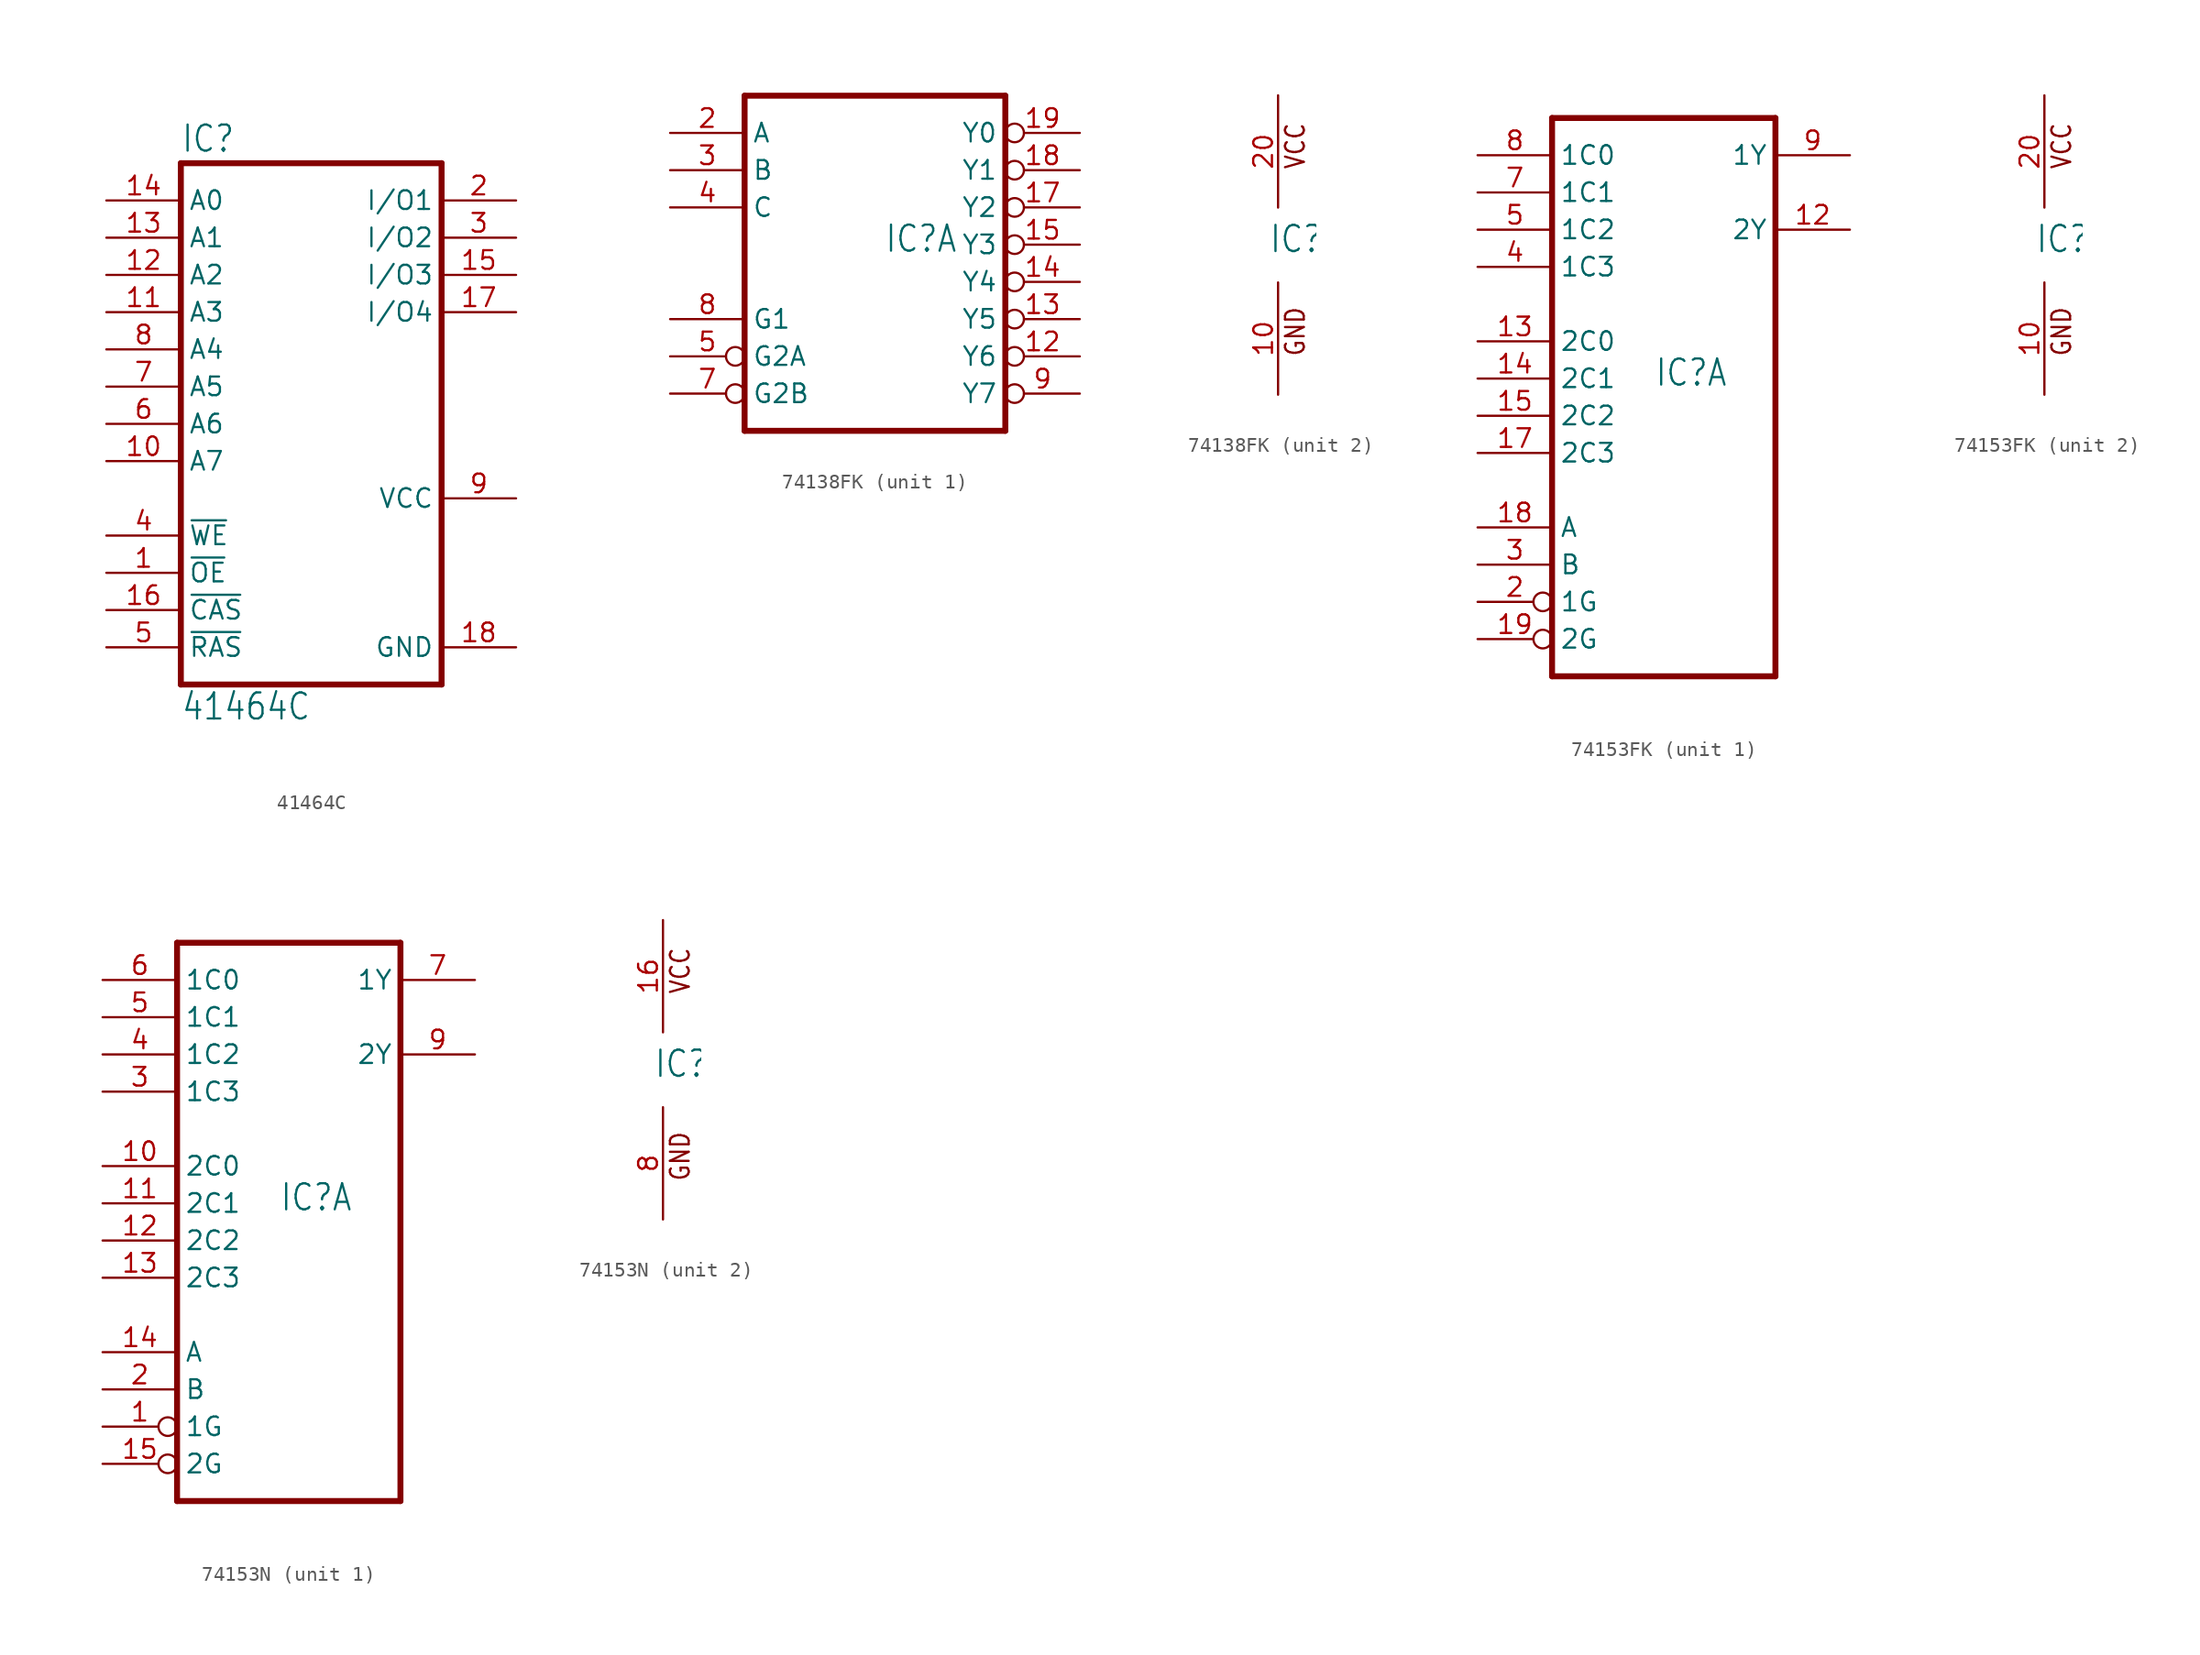
<source format=kicad_sym>
(kicad_symbol_lib
  (version 20220914)
  (generator kicad_symbol_editor)
  (symbol "41464C"
    (property "Reference" "IC"
      (at -7.62 15.875 0)
      (effects (font (size 1.778 1.511)) (justify left bottom)))
    (property "Value" "41464C"
      (at -7.62 -22.86 0)
      (effects (font (size 1.778 1.511)) (justify left bottom)))
    (property "ki_locked" ""
      (at 0 0 0)
      (effects (font (size 1.27 1.27))))
    (symbol "41464C_1_0"
      (polyline (pts (xy -7.62 -20.32) (xy -7.62 15.24)) (stroke (width 0.406) (type default)) (fill (type none)))
      (polyline (pts (xy -7.62 -20.32) (xy 10.16 -20.32)) (stroke (width 0.406) (type default)) (fill (type none)))
      (polyline (pts (xy 10.16 15.24) (xy -7.62 15.24)) (stroke (width 0.406) (type default)) (fill (type none)))
      (polyline (pts (xy 10.16 15.24) (xy 10.16 -20.32)) (stroke (width 0.406) (type default)) (fill (type none)))
      (pin input line (at -12.7 -12.7 0) (length 5.08) (name "~{OE}" (effects (font (size 1.27 1.27)))) (number "1" (effects (font (size 1.27 1.27)))))
      (pin input line (at -12.7 -5.08 0) (length 5.08) (name "A7" (effects (font (size 1.27 1.27)))) (number "10" (effects (font (size 1.27 1.27)))))
      (pin input line (at -12.7 5.08 0) (length 5.08) (name "A3" (effects (font (size 1.27 1.27)))) (number "11" (effects (font (size 1.27 1.27)))))
      (pin input line (at -12.7 7.62 0) (length 5.08) (name "A2" (effects (font (size 1.27 1.27)))) (number "12" (effects (font (size 1.27 1.27)))))
      (pin input line (at -12.7 10.16 0) (length 5.08) (name "A1" (effects (font (size 1.27 1.27)))) (number "13" (effects (font (size 1.27 1.27)))))
      (pin input line (at -12.7 12.7 0) (length 5.08) (name "A0" (effects (font (size 1.27 1.27)))) (number "14" (effects (font (size 1.27 1.27)))))
      (pin bidirectional line (at 15.24 7.62 180) (length 5.08) (name "I/O3" (effects (font (size 1.27 1.27)))) (number "15" (effects (font (size 1.27 1.27)))))
      (pin input line (at -12.7 -15.24 0) (length 5.08) (name "~{CAS}" (effects (font (size 1.27 1.27)))) (number "16" (effects (font (size 1.27 1.27)))))
      (pin bidirectional line (at 15.24 5.08 180) (length 5.08) (name "I/O4" (effects (font (size 1.27 1.27)))) (number "17" (effects (font (size 1.27 1.27)))))
      (pin power_in line (at 15.24 -17.78 180) (length 5.08) (name "GND" (effects (font (size 1.27 1.27)))) (number "18" (effects (font (size 1.27 1.27)))))
      (pin bidirectional line (at 15.24 12.7 180) (length 5.08) (name "I/O1" (effects (font (size 1.27 1.27)))) (number "2" (effects (font (size 1.27 1.27)))))
      (pin bidirectional line (at 15.24 10.16 180) (length 5.08) (name "I/O2" (effects (font (size 1.27 1.27)))) (number "3" (effects (font (size 1.27 1.27)))))
      (pin input line (at -12.7 -10.16 0) (length 5.08) (name "~{WE}" (effects (font (size 1.27 1.27)))) (number "4" (effects (font (size 1.27 1.27)))))
      (pin input line (at -12.7 -17.78 0) (length 5.08) (name "~{RAS}" (effects (font (size 1.27 1.27)))) (number "5" (effects (font (size 1.27 1.27)))))
      (pin input line (at -12.7 -2.54 0) (length 5.08) (name "A6" (effects (font (size 1.27 1.27)))) (number "6" (effects (font (size 1.27 1.27)))))
      (pin input line (at -12.7 0 0) (length 5.08) (name "A5" (effects (font (size 1.27 1.27)))) (number "7" (effects (font (size 1.27 1.27)))))
      (pin input line (at -12.7 2.54 0) (length 5.08) (name "A4" (effects (font (size 1.27 1.27)))) (number "8" (effects (font (size 1.27 1.27)))))
      (pin power_in line (at 15.24 -7.62 180) (length 5.08) (name "VCC" (effects (font (size 1.27 1.27)))) (number "9" (effects (font (size 1.27 1.27)))))))
  (symbol "74138FK"
    (property "Reference" "IC"
      (at -0.635 -0.635 0)
      (effects (font (size 1.778 1.511)) (justify left bottom)))
    (property "ki_locked" ""
      (at 0 0 0)
      (effects (font (size 1.27 1.27))))
    (symbol "74138FK_1_0"
      (polyline (pts (xy -10.16 -12.7) (xy 7.62 -12.7)) (stroke (width 0.406) (type default)) (fill (type none)))
      (polyline (pts (xy -10.16 10.16) (xy -10.16 -12.7)) (stroke (width 0.406) (type default)) (fill (type none)))
      (polyline (pts (xy 7.62 -12.7) (xy 7.62 10.16)) (stroke (width 0.406) (type default)) (fill (type none)))
      (polyline (pts (xy 7.62 10.16) (xy -10.16 10.16)) (stroke (width 0.406) (type default)) (fill (type none)))
      (pin output inverted (at 12.7 -7.62 180) (length 5.08) (name "Y6" (effects (font (size 1.27 1.27)))) (number "12" (effects (font (size 1.27 1.27)))))
      (pin output inverted (at 12.7 -5.08 180) (length 5.08) (name "Y5" (effects (font (size 1.27 1.27)))) (number "13" (effects (font (size 1.27 1.27)))))
      (pin output inverted (at 12.7 -2.54 180) (length 5.08) (name "Y4" (effects (font (size 1.27 1.27)))) (number "14" (effects (font (size 1.27 1.27)))))
      (pin output inverted (at 12.7 0 180) (length 5.08) (name "Y3" (effects (font (size 1.27 1.27)))) (number "15" (effects (font (size 1.27 1.27)))))
      (pin output inverted (at 12.7 2.54 180) (length 5.08) (name "Y2" (effects (font (size 1.27 1.27)))) (number "17" (effects (font (size 1.27 1.27)))))
      (pin output inverted (at 12.7 5.08 180) (length 5.08) (name "Y1" (effects (font (size 1.27 1.27)))) (number "18" (effects (font (size 1.27 1.27)))))
      (pin output inverted (at 12.7 7.62 180) (length 5.08) (name "Y0" (effects (font (size 1.27 1.27)))) (number "19" (effects (font (size 1.27 1.27)))))
      (pin input line (at -15.24 7.62 0) (length 5.08) (name "A" (effects (font (size 1.27 1.27)))) (number "2" (effects (font (size 1.27 1.27)))))
      (pin input line (at -15.24 5.08 0) (length 5.08) (name "B" (effects (font (size 1.27 1.27)))) (number "3" (effects (font (size 1.27 1.27)))))
      (pin input line (at -15.24 2.54 0) (length 5.08) (name "C" (effects (font (size 1.27 1.27)))) (number "4" (effects (font (size 1.27 1.27)))))
      (pin input inverted (at -15.24 -7.62 0) (length 5.08) (name "G2A" (effects (font (size 1.27 1.27)))) (number "5" (effects (font (size 1.27 1.27)))))
      (pin input inverted (at -15.24 -10.16 0) (length 5.08) (name "G2B" (effects (font (size 1.27 1.27)))) (number "7" (effects (font (size 1.27 1.27)))))
      (pin input line (at -15.24 -5.08 0) (length 5.08) (name "G1" (effects (font (size 1.27 1.27)))) (number "8" (effects (font (size 1.27 1.27)))))
      (pin output inverted (at 12.7 -10.16 180) (length 5.08) (name "Y7" (effects (font (size 1.27 1.27)))) (number "9" (effects (font (size 1.27 1.27))))))
    (symbol "74138FK_2_0"
      (text "GND" (at 1.905 -7.62 900) (effects (font (size 1.27 1.079)) (justify left bottom)))
      (text "VCC" (at 1.905 5.08 900) (effects (font (size 1.27 1.079)) (justify left bottom)))
      (pin power_in line (at 0 -10.16 90) (length 7.62) (name "GND" (effects (font (size 0 0)))) (number "10" (effects (font (size 1.27 1.27)))))
      (pin power_in line (at 0 10.16 270) (length 7.62) (name "VCC" (effects (font (size 0 0)))) (number "20" (effects (font (size 1.27 1.27)))))))
  (symbol "74153FK"
    (property "Reference" "IC"
      (at -0.635 -0.635 0)
      (effects (font (size 1.778 1.511)) (justify left bottom)))
    (property "ki_locked" ""
      (at 0 0 0)
      (effects (font (size 1.27 1.27))))
    (symbol "74153FK_1_0"
      (polyline (pts (xy -7.62 -20.32) (xy 7.62 -20.32)) (stroke (width 0.406) (type default)) (fill (type none)))
      (polyline (pts (xy -7.62 17.78) (xy -7.62 -20.32)) (stroke (width 0.406) (type default)) (fill (type none)))
      (polyline (pts (xy 7.62 -20.32) (xy 7.62 17.78)) (stroke (width 0.406) (type default)) (fill (type none)))
      (polyline (pts (xy 7.62 17.78) (xy -7.62 17.78)) (stroke (width 0.406) (type default)) (fill (type none)))
      (pin output line (at 12.7 10.16 180) (length 5.08) (name "2Y" (effects (font (size 1.27 1.27)))) (number "12" (effects (font (size 1.27 1.27)))))
      (pin input line (at -12.7 2.54 0) (length 5.08) (name "2C0" (effects (font (size 1.27 1.27)))) (number "13" (effects (font (size 1.27 1.27)))))
      (pin input line (at -12.7 0 0) (length 5.08) (name "2C1" (effects (font (size 1.27 1.27)))) (number "14" (effects (font (size 1.27 1.27)))))
      (pin input line (at -12.7 -2.54 0) (length 5.08) (name "2C2" (effects (font (size 1.27 1.27)))) (number "15" (effects (font (size 1.27 1.27)))))
      (pin input line (at -12.7 -5.08 0) (length 5.08) (name "2C3" (effects (font (size 1.27 1.27)))) (number "17" (effects (font (size 1.27 1.27)))))
      (pin input line (at -12.7 -10.16 0) (length 5.08) (name "A" (effects (font (size 1.27 1.27)))) (number "18" (effects (font (size 1.27 1.27)))))
      (pin input inverted (at -12.7 -17.78 0) (length 5.08) (name "2G" (effects (font (size 1.27 1.27)))) (number "19" (effects (font (size 1.27 1.27)))))
      (pin input inverted (at -12.7 -15.24 0) (length 5.08) (name "1G" (effects (font (size 1.27 1.27)))) (number "2" (effects (font (size 1.27 1.27)))))
      (pin input line (at -12.7 -12.7 0) (length 5.08) (name "B" (effects (font (size 1.27 1.27)))) (number "3" (effects (font (size 1.27 1.27)))))
      (pin input line (at -12.7 7.62 0) (length 5.08) (name "1C3" (effects (font (size 1.27 1.27)))) (number "4" (effects (font (size 1.27 1.27)))))
      (pin input line (at -12.7 10.16 0) (length 5.08) (name "1C2" (effects (font (size 1.27 1.27)))) (number "5" (effects (font (size 1.27 1.27)))))
      (pin input line (at -12.7 12.7 0) (length 5.08) (name "1C1" (effects (font (size 1.27 1.27)))) (number "7" (effects (font (size 1.27 1.27)))))
      (pin input line (at -12.7 15.24 0) (length 5.08) (name "1C0" (effects (font (size 1.27 1.27)))) (number "8" (effects (font (size 1.27 1.27)))))
      (pin output line (at 12.7 15.24 180) (length 5.08) (name "1Y" (effects (font (size 1.27 1.27)))) (number "9" (effects (font (size 1.27 1.27))))))
    (symbol "74153FK_2_0"
      (text "GND" (at 1.905 -7.62 900) (effects (font (size 1.27 1.079)) (justify left bottom)))
      (text "VCC" (at 1.905 5.08 900) (effects (font (size 1.27 1.079)) (justify left bottom)))
      (pin power_in line (at 0 -10.16 90) (length 7.62) (name "GND" (effects (font (size 0 0)))) (number "10" (effects (font (size 1.27 1.27)))))
      (pin power_in line (at 0 10.16 270) (length 7.62) (name "VCC" (effects (font (size 0 0)))) (number "20" (effects (font (size 1.27 1.27)))))))
  (symbol "74153N"
    (property "Reference" "IC"
      (at -0.635 -0.635 0)
      (effects (font (size 1.778 1.511)) (justify left bottom)))
    (property "ki_locked" ""
      (at 0 0 0)
      (effects (font (size 1.27 1.27))))
    (symbol "74153N_1_0"
      (polyline (pts (xy -7.62 -20.32) (xy 7.62 -20.32)) (stroke (width 0.406) (type default)) (fill (type none)))
      (polyline (pts (xy -7.62 17.78) (xy -7.62 -20.32)) (stroke (width 0.406) (type default)) (fill (type none)))
      (polyline (pts (xy 7.62 -20.32) (xy 7.62 17.78)) (stroke (width 0.406) (type default)) (fill (type none)))
      (polyline (pts (xy 7.62 17.78) (xy -7.62 17.78)) (stroke (width 0.406) (type default)) (fill (type none)))
      (pin input inverted (at -12.7 -15.24 0) (length 5.08) (name "1G" (effects (font (size 1.27 1.27)))) (number "1" (effects (font (size 1.27 1.27)))))
      (pin input line (at -12.7 2.54 0) (length 5.08) (name "2C0" (effects (font (size 1.27 1.27)))) (number "10" (effects (font (size 1.27 1.27)))))
      (pin input line (at -12.7 0 0) (length 5.08) (name "2C1" (effects (font (size 1.27 1.27)))) (number "11" (effects (font (size 1.27 1.27)))))
      (pin input line (at -12.7 -2.54 0) (length 5.08) (name "2C2" (effects (font (size 1.27 1.27)))) (number "12" (effects (font (size 1.27 1.27)))))
      (pin input line (at -12.7 -5.08 0) (length 5.08) (name "2C3" (effects (font (size 1.27 1.27)))) (number "13" (effects (font (size 1.27 1.27)))))
      (pin input line (at -12.7 -10.16 0) (length 5.08) (name "A" (effects (font (size 1.27 1.27)))) (number "14" (effects (font (size 1.27 1.27)))))
      (pin input inverted (at -12.7 -17.78 0) (length 5.08) (name "2G" (effects (font (size 1.27 1.27)))) (number "15" (effects (font (size 1.27 1.27)))))
      (pin input line (at -12.7 -12.7 0) (length 5.08) (name "B" (effects (font (size 1.27 1.27)))) (number "2" (effects (font (size 1.27 1.27)))))
      (pin input line (at -12.7 7.62 0) (length 5.08) (name "1C3" (effects (font (size 1.27 1.27)))) (number "3" (effects (font (size 1.27 1.27)))))
      (pin input line (at -12.7 10.16 0) (length 5.08) (name "1C2" (effects (font (size 1.27 1.27)))) (number "4" (effects (font (size 1.27 1.27)))))
      (pin input line (at -12.7 12.7 0) (length 5.08) (name "1C1" (effects (font (size 1.27 1.27)))) (number "5" (effects (font (size 1.27 1.27)))))
      (pin input line (at -12.7 15.24 0) (length 5.08) (name "1C0" (effects (font (size 1.27 1.27)))) (number "6" (effects (font (size 1.27 1.27)))))
      (pin output line (at 12.7 15.24 180) (length 5.08) (name "1Y" (effects (font (size 1.27 1.27)))) (number "7" (effects (font (size 1.27 1.27)))))
      (pin output line (at 12.7 10.16 180) (length 5.08) (name "2Y" (effects (font (size 1.27 1.27)))) (number "9" (effects (font (size 1.27 1.27))))))
    (symbol "74153N_2_0"
      (text "GND" (at 1.905 -7.62 900) (effects (font (size 1.27 1.079)) (justify left bottom)))
      (text "VCC" (at 1.905 5.08 900) (effects (font (size 1.27 1.079)) (justify left bottom)))
      (pin power_in line (at 0 10.16 270) (length 7.62) (name "VCC" (effects (font (size 0 0)))) (number "16" (effects (font (size 1.27 1.27)))))
      (pin power_in line (at 0 -10.16 90) (length 7.62) (name "GND" (effects (font (size 0 0)))) (number "8" (effects (font (size 1.27 1.27))))))))
</source>
